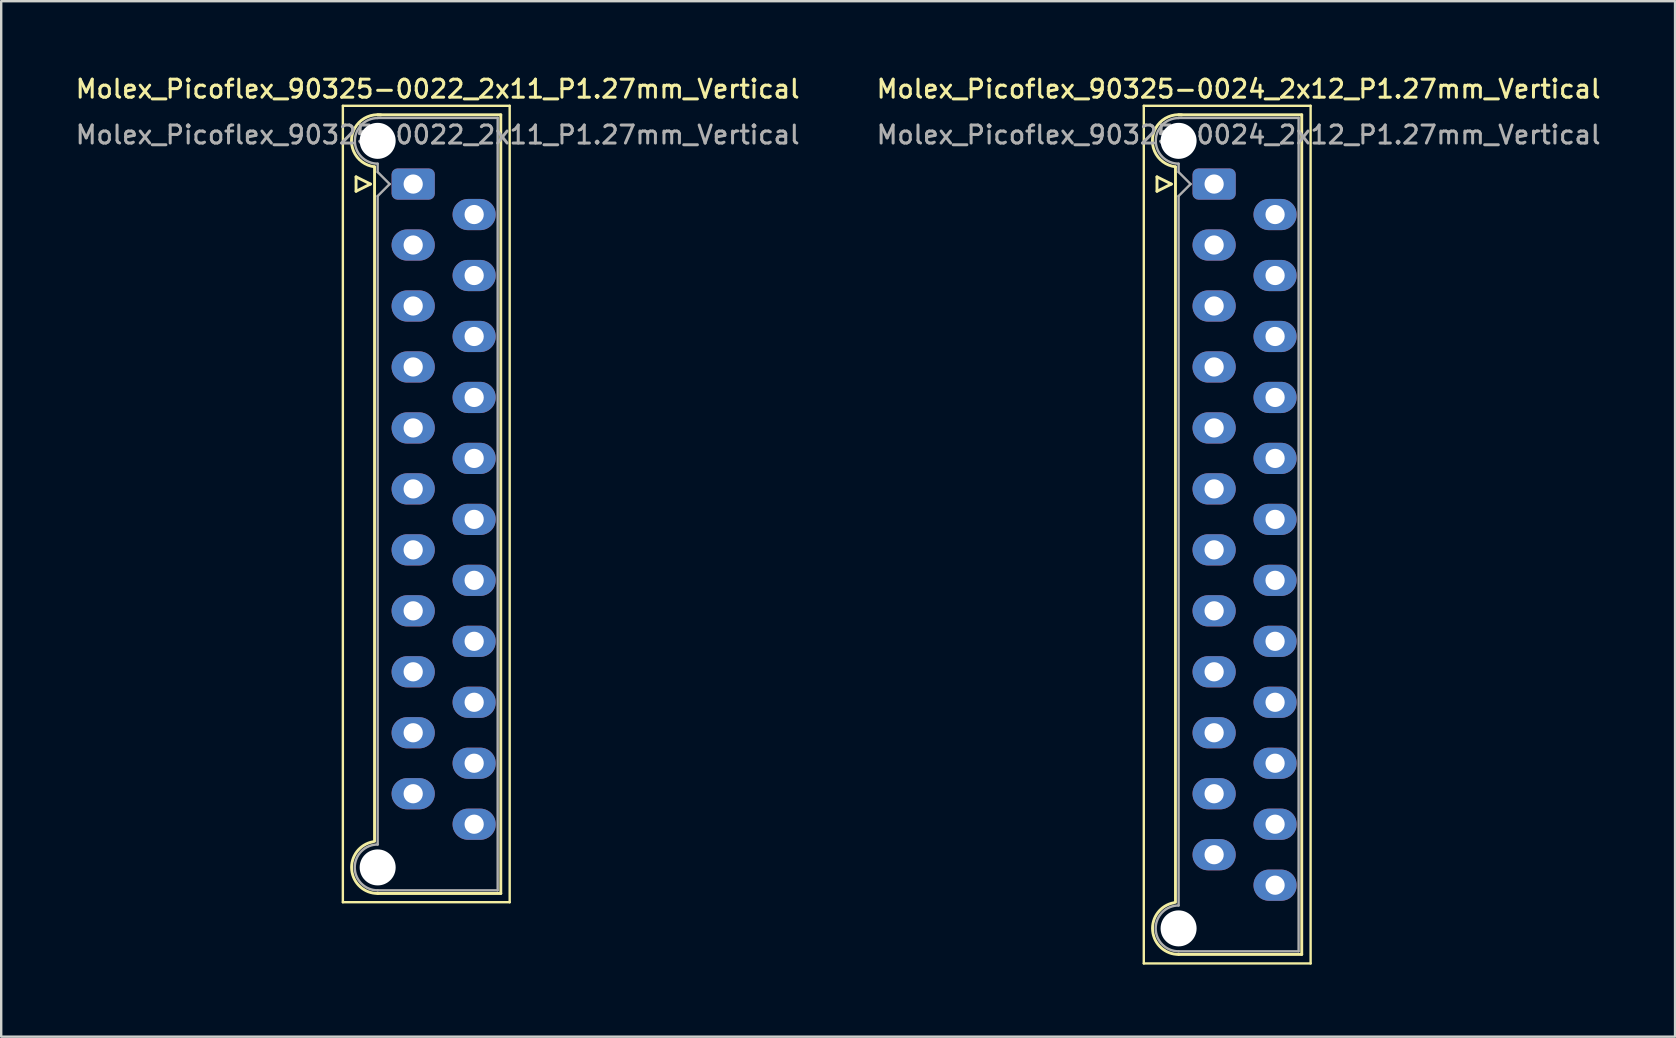
<source format=kicad_pcb>
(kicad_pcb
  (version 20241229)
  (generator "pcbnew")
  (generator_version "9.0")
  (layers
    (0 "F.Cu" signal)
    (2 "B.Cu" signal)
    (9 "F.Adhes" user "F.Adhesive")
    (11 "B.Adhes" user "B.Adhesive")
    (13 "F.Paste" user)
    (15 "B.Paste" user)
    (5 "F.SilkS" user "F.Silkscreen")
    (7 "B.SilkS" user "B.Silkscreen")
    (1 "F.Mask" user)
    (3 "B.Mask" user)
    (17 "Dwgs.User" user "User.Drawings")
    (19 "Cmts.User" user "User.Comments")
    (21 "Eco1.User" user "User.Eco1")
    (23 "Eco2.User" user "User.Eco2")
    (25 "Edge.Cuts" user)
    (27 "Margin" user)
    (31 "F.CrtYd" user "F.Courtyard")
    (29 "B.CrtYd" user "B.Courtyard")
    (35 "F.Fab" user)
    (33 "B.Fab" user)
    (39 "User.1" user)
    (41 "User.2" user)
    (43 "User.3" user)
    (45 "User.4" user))
  (footprint "Molex_Picoflex_90325-0024_2x12_P1.27mm_Vertical"
    (layer "F.Cu")
    (at 47.532 4.618)
    (property "Reference" "Molex_Picoflex_90325-0024_2x12_P1.27mm_Vertical" (at 1.02 -3.96 0) (layer "F.SilkS") (effects (font (size 0.75 0.75) (thickness 0.125))))
    (attr through_hole)
    (fp_line (start -2.93 -3.26) (end -2.93 32.47) (stroke (width 0.1) (type solid)) (layer "F.SilkS"))
    (fp_line (start -2.93 32.47) (end 4.02 32.47) (stroke (width 0.1) (type solid)) (layer "F.SilkS"))
    (fp_line (start -2.38 -0.3) (end -2.38 0.3) (stroke (width 0.12) (type solid)) (layer "F.SilkS"))
    (fp_line (start -2.38 0.3) (end -1.78 0) (stroke (width 0.12) (type solid)) (layer "F.SilkS"))
    (fp_line (start -1.78 0) (end -2.38 -0.3) (stroke (width 0.12) (type solid)) (layer "F.SilkS"))
    (fp_line (start -1.61 -0.715) (end -1.61 29.925) (stroke (width 0.12) (type solid)) (layer "F.SilkS"))
    (fp_line (start -1.48 -2.885) (end 3.65 -2.885) (stroke (width 0.12) (type solid)) (layer "F.SilkS"))
    (fp_line (start 3.65 -2.885) (end 3.65 32.095) (stroke (width 0.12) (type solid)) (layer "F.SilkS"))
    (fp_line (start 3.65 32.095) (end -1.48 32.095) (stroke (width 0.12) (type solid)) (layer "F.SilkS"))
    (fp_line (start 4.02 -3.26) (end -2.93 -3.26) (stroke (width 0.1) (type solid)) (layer "F.SilkS"))
    (fp_line (start 4.02 32.47) (end 4.02 -3.26) (stroke (width 0.1) (type solid)) (layer "F.SilkS"))
    (fp_arc (start -1.61 -0.72) (mid -2.56 -1.93) (end -1.35 -2.88) (stroke (width 0.12) (type solid)) (layer "F.SilkS"))
    (fp_arc (start -1.47 32.095) (mid -2.56 31.114526) (end -1.678256 29.94322) (stroke (width 0.12) (type solid)) (layer "F.SilkS"))
    (fp_line (start -1.48 -2.755) (end 3.52 -2.755) (stroke (width 0.1) (type solid)) (layer "F.Fab"))
    (fp_line (start -1.48 -0.845) (end -1.48 -0.5) (stroke (width 0.1) (type solid)) (layer "F.Fab"))
    (fp_line (start -1.48 -0.5) (end -0.98 0) (stroke (width 0.1) (type solid)) (layer "F.Fab"))
    (fp_line (start -1.48 0.5) (end -1.48 30.055) (stroke (width 0.1) (type solid)) (layer "F.Fab"))
    (fp_line (start -0.98 0) (end -1.48 0.5) (stroke (width 0.1) (type solid)) (layer "F.Fab"))
    (fp_line (start 3.52 -2.755) (end 3.52 31.965) (stroke (width 0.1) (type solid)) (layer "F.Fab"))
    (fp_line (start 3.52 31.965) (end -1.48 31.965) (stroke (width 0.1) (type solid)) (layer "F.Fab"))
    (fp_arc (start -1.48 -0.85) (mid -2.43 -1.8) (end -1.48 -2.75) (stroke (width 0.1) (type solid)) (layer "F.Fab"))
    (fp_arc (start -1.48 31.965) (mid -2.435 31.01) (end -1.48 30.055) (stroke (width 0.1) (type solid)) (layer "F.Fab"))
    (fp_text user "${REFERENCE}" (at 1.02 -2.05 0) (layer "F.Fab") (effects (font (size 0.75 0.75) (thickness 0.125))))
    (pad "" np_thru_hole circle (at -1.48 -1.8) (size 1.5 1.5) (drill 1.5) (layers "*.Cu" "*.Mask"))
    (pad "" np_thru_hole circle (at -1.48 31.01) (size 1.5 1.5) (drill 1.5) (layers "*.Cu" "*.Mask"))
    (pad "1" thru_hole roundrect (at 0 0) (size 1.8 1.3) (drill 0.8) (layers "*.Cu" "*.Mask") (roundrect_rratio 0.192))
    (pad "2" thru_hole oval (at 2.54 1.27) (size 1.8 1.3) (drill 0.8) (layers "*.Cu" "*.Mask"))
    (pad "3" thru_hole oval (at 0 2.54) (size 1.8 1.3) (drill 0.8) (layers "*.Cu" "*.Mask"))
    (pad "4" thru_hole oval (at 2.54 3.81) (size 1.8 1.3) (drill 0.8) (layers "*.Cu" "*.Mask"))
    (pad "5" thru_hole oval (at 0 5.08) (size 1.8 1.3) (drill 0.8) (layers "*.Cu" "*.Mask"))
    (pad "6" thru_hole oval (at 2.54 6.35) (size 1.8 1.3) (drill 0.8) (layers "*.Cu" "*.Mask"))
    (pad "7" thru_hole oval (at 0 7.62) (size 1.8 1.3) (drill 0.8) (layers "*.Cu" "*.Mask"))
    (pad "8" thru_hole oval (at 2.54 8.89) (size 1.8 1.3) (drill 0.8) (layers "*.Cu" "*.Mask"))
    (pad "9" thru_hole oval (at 0 10.16) (size 1.8 1.3) (drill 0.8) (layers "*.Cu" "*.Mask"))
    (pad "10" thru_hole oval (at 2.54 11.43) (size 1.8 1.3) (drill 0.8) (layers "*.Cu" "*.Mask"))
    (pad "11" thru_hole oval (at 0 12.7) (size 1.8 1.3) (drill 0.8) (layers "*.Cu" "*.Mask"))
    (pad "12" thru_hole oval (at 2.54 13.97) (size 1.8 1.3) (drill 0.8) (layers "*.Cu" "*.Mask"))
    (pad "13" thru_hole oval (at 0 15.24) (size 1.8 1.3) (drill 0.8) (layers "*.Cu" "*.Mask"))
    (pad "14" thru_hole oval (at 2.54 16.51) (size 1.8 1.3) (drill 0.8) (layers "*.Cu" "*.Mask"))
    (pad "15" thru_hole oval (at 0 17.78) (size 1.8 1.3) (drill 0.8) (layers "*.Cu" "*.Mask"))
    (pad "16" thru_hole oval (at 2.54 19.05) (size 1.8 1.3) (drill 0.8) (layers "*.Cu" "*.Mask"))
    (pad "17" thru_hole oval (at 0 20.32) (size 1.8 1.3) (drill 0.8) (layers "*.Cu" "*.Mask"))
    (pad "18" thru_hole oval (at 2.54 21.59) (size 1.8 1.3) (drill 0.8) (layers "*.Cu" "*.Mask"))
    (pad "19" thru_hole oval (at 0 22.86) (size 1.8 1.3) (drill 0.8) (layers "*.Cu" "*.Mask"))
    (pad "20" thru_hole oval (at 2.54 24.13) (size 1.8 1.3) (drill 0.8) (layers "*.Cu" "*.Mask"))
    (pad "21" thru_hole oval (at 0 25.4) (size 1.8 1.3) (drill 0.8) (layers "*.Cu" "*.Mask"))
    (pad "22" thru_hole oval (at 2.54 26.67) (size 1.8 1.3) (drill 0.8) (layers "*.Cu" "*.Mask"))
    (pad "23" thru_hole oval (at 0 27.94) (size 1.8 1.3) (drill 0.8) (layers "*.Cu" "*.Mask"))
    (pad "24" thru_hole oval (at 2.54 29.21) (size 1.8 1.3) (drill 0.8) (layers "*.Cu" "*.Mask")))
  (footprint "Molex_Picoflex_90325-0022_2x11_P1.27mm_Vertical"
    (layer "F.Cu")
    (at 14.164 4.618)
    (property "Reference" "Molex_Picoflex_90325-0022_2x11_P1.27mm_Vertical" (at 1.02 -3.96 0) (layer "F.SilkS") (effects (font (size 0.75 0.75) (thickness 0.125))))
    (attr through_hole)
    (fp_line (start -2.93 -3.26) (end -2.93 29.92) (stroke (width 0.1) (type solid)) (layer "F.SilkS"))
    (fp_line (start -2.93 29.92) (end 4.02 29.92) (stroke (width 0.1) (type solid)) (layer "F.SilkS"))
    (fp_line (start -2.38 -0.3) (end -2.38 0.3) (stroke (width 0.12) (type solid)) (layer "F.SilkS"))
    (fp_line (start -2.38 0.3) (end -1.78 0) (stroke (width 0.12) (type solid)) (layer "F.SilkS"))
    (fp_line (start -1.78 0) (end -2.38 -0.3) (stroke (width 0.12) (type solid)) (layer "F.SilkS"))
    (fp_line (start -1.61 -0.715) (end -1.61 27.385) (stroke (width 0.12) (type solid)) (layer "F.SilkS"))
    (fp_line (start -1.48 -2.885) (end 3.65 -2.885) (stroke (width 0.12) (type solid)) (layer "F.SilkS"))
    (fp_line (start 3.65 -2.885) (end 3.65 29.555) (stroke (width 0.12) (type solid)) (layer "F.SilkS"))
    (fp_line (start 3.65 29.555) (end -1.48 29.555) (stroke (width 0.12) (type solid)) (layer "F.SilkS"))
    (fp_line (start 4.02 -3.26) (end -2.93 -3.26) (stroke (width 0.1) (type solid)) (layer "F.SilkS"))
    (fp_line (start 4.02 29.92) (end 4.02 -3.26) (stroke (width 0.1) (type solid)) (layer "F.SilkS"))
    (fp_arc (start -1.61 -0.72) (mid -2.56 -1.93) (end -1.35 -2.88) (stroke (width 0.12) (type solid)) (layer "F.SilkS"))
    (fp_arc (start -1.47 29.555) (mid -2.56 28.574526) (end -1.678256 27.40322) (stroke (width 0.12) (type solid)) (layer "F.SilkS"))
    (fp_line (start -1.48 -2.755) (end 3.52 -2.755) (stroke (width 0.1) (type solid)) (layer "F.Fab"))
    (fp_line (start -1.48 -0.845) (end -1.48 -0.5) (stroke (width 0.1) (type solid)) (layer "F.Fab"))
    (fp_line (start -1.48 -0.5) (end -0.98 0) (stroke (width 0.1) (type solid)) (layer "F.Fab"))
    (fp_line (start -1.48 0.5) (end -1.48 27.515) (stroke (width 0.1) (type solid)) (layer "F.Fab"))
    (fp_line (start -0.98 0) (end -1.48 0.5) (stroke (width 0.1) (type solid)) (layer "F.Fab"))
    (fp_line (start 3.52 -2.755) (end 3.52 29.425) (stroke (width 0.1) (type solid)) (layer "F.Fab"))
    (fp_line (start 3.52 29.425) (end -1.48 29.425) (stroke (width 0.1) (type solid)) (layer "F.Fab"))
    (fp_arc (start -1.48 -0.85) (mid -2.43 -1.8) (end -1.48 -2.75) (stroke (width 0.1) (type solid)) (layer "F.Fab"))
    (fp_arc (start -1.48 29.425) (mid -2.435 28.47) (end -1.48 27.515) (stroke (width 0.1) (type solid)) (layer "F.Fab"))
    (fp_text user "${REFERENCE}" (at 1.02 -2.05 0) (layer "F.Fab") (effects (font (size 0.75 0.75) (thickness 0.125))))
    (pad "" np_thru_hole circle (at -1.48 -1.8) (size 1.5 1.5) (drill 1.5) (layers "*.Cu" "*.Mask"))
    (pad "" np_thru_hole circle (at -1.48 28.47) (size 1.5 1.5) (drill 1.5) (layers "*.Cu" "*.Mask"))
    (pad "1" thru_hole roundrect (at 0 0) (size 1.8 1.3) (drill 0.8) (layers "*.Cu" "*.Mask") (roundrect_rratio 0.192))
    (pad "2" thru_hole oval (at 2.54 1.27) (size 1.8 1.3) (drill 0.8) (layers "*.Cu" "*.Mask"))
    (pad "3" thru_hole oval (at 0 2.54) (size 1.8 1.3) (drill 0.8) (layers "*.Cu" "*.Mask"))
    (pad "4" thru_hole oval (at 2.54 3.81) (size 1.8 1.3) (drill 0.8) (layers "*.Cu" "*.Mask"))
    (pad "5" thru_hole oval (at 0 5.08) (size 1.8 1.3) (drill 0.8) (layers "*.Cu" "*.Mask"))
    (pad "6" thru_hole oval (at 2.54 6.35) (size 1.8 1.3) (drill 0.8) (layers "*.Cu" "*.Mask"))
    (pad "7" thru_hole oval (at 0 7.62) (size 1.8 1.3) (drill 0.8) (layers "*.Cu" "*.Mask"))
    (pad "8" thru_hole oval (at 2.54 8.89) (size 1.8 1.3) (drill 0.8) (layers "*.Cu" "*.Mask"))
    (pad "9" thru_hole oval (at 0 10.16) (size 1.8 1.3) (drill 0.8) (layers "*.Cu" "*.Mask"))
    (pad "10" thru_hole oval (at 2.54 11.43) (size 1.8 1.3) (drill 0.8) (layers "*.Cu" "*.Mask"))
    (pad "11" thru_hole oval (at 0 12.7) (size 1.8 1.3) (drill 0.8) (layers "*.Cu" "*.Mask"))
    (pad "12" thru_hole oval (at 2.54 13.97) (size 1.8 1.3) (drill 0.8) (layers "*.Cu" "*.Mask"))
    (pad "13" thru_hole oval (at 0 15.24) (size 1.8 1.3) (drill 0.8) (layers "*.Cu" "*.Mask"))
    (pad "14" thru_hole oval (at 2.54 16.51) (size 1.8 1.3) (drill 0.8) (layers "*.Cu" "*.Mask"))
    (pad "15" thru_hole oval (at 0 17.78) (size 1.8 1.3) (drill 0.8) (layers "*.Cu" "*.Mask"))
    (pad "16" thru_hole oval (at 2.54 19.05) (size 1.8 1.3) (drill 0.8) (layers "*.Cu" "*.Mask"))
    (pad "17" thru_hole oval (at 0 20.32) (size 1.8 1.3) (drill 0.8) (layers "*.Cu" "*.Mask"))
    (pad "18" thru_hole oval (at 2.54 21.59) (size 1.8 1.3) (drill 0.8) (layers "*.Cu" "*.Mask"))
    (pad "19" thru_hole oval (at 0 22.86) (size 1.8 1.3) (drill 0.8) (layers "*.Cu" "*.Mask"))
    (pad "20" thru_hole oval (at 2.54 24.13) (size 1.8 1.3) (drill 0.8) (layers "*.Cu" "*.Mask"))
    (pad "21" thru_hole oval (at 0 25.4) (size 1.8 1.3) (drill 0.8) (layers "*.Cu" "*.Mask"))
    (pad "22" thru_hole oval (at 2.54 26.67) (size 1.8 1.3) (drill 0.8) (layers "*.Cu" "*.Mask")))
  (gr_rect
    (start -3 -3)
    (end 66.736 40.138)
    (stroke (width 0.1) (type default))
    (fill no)
    (layer "Edge.Cuts")))
</source>
